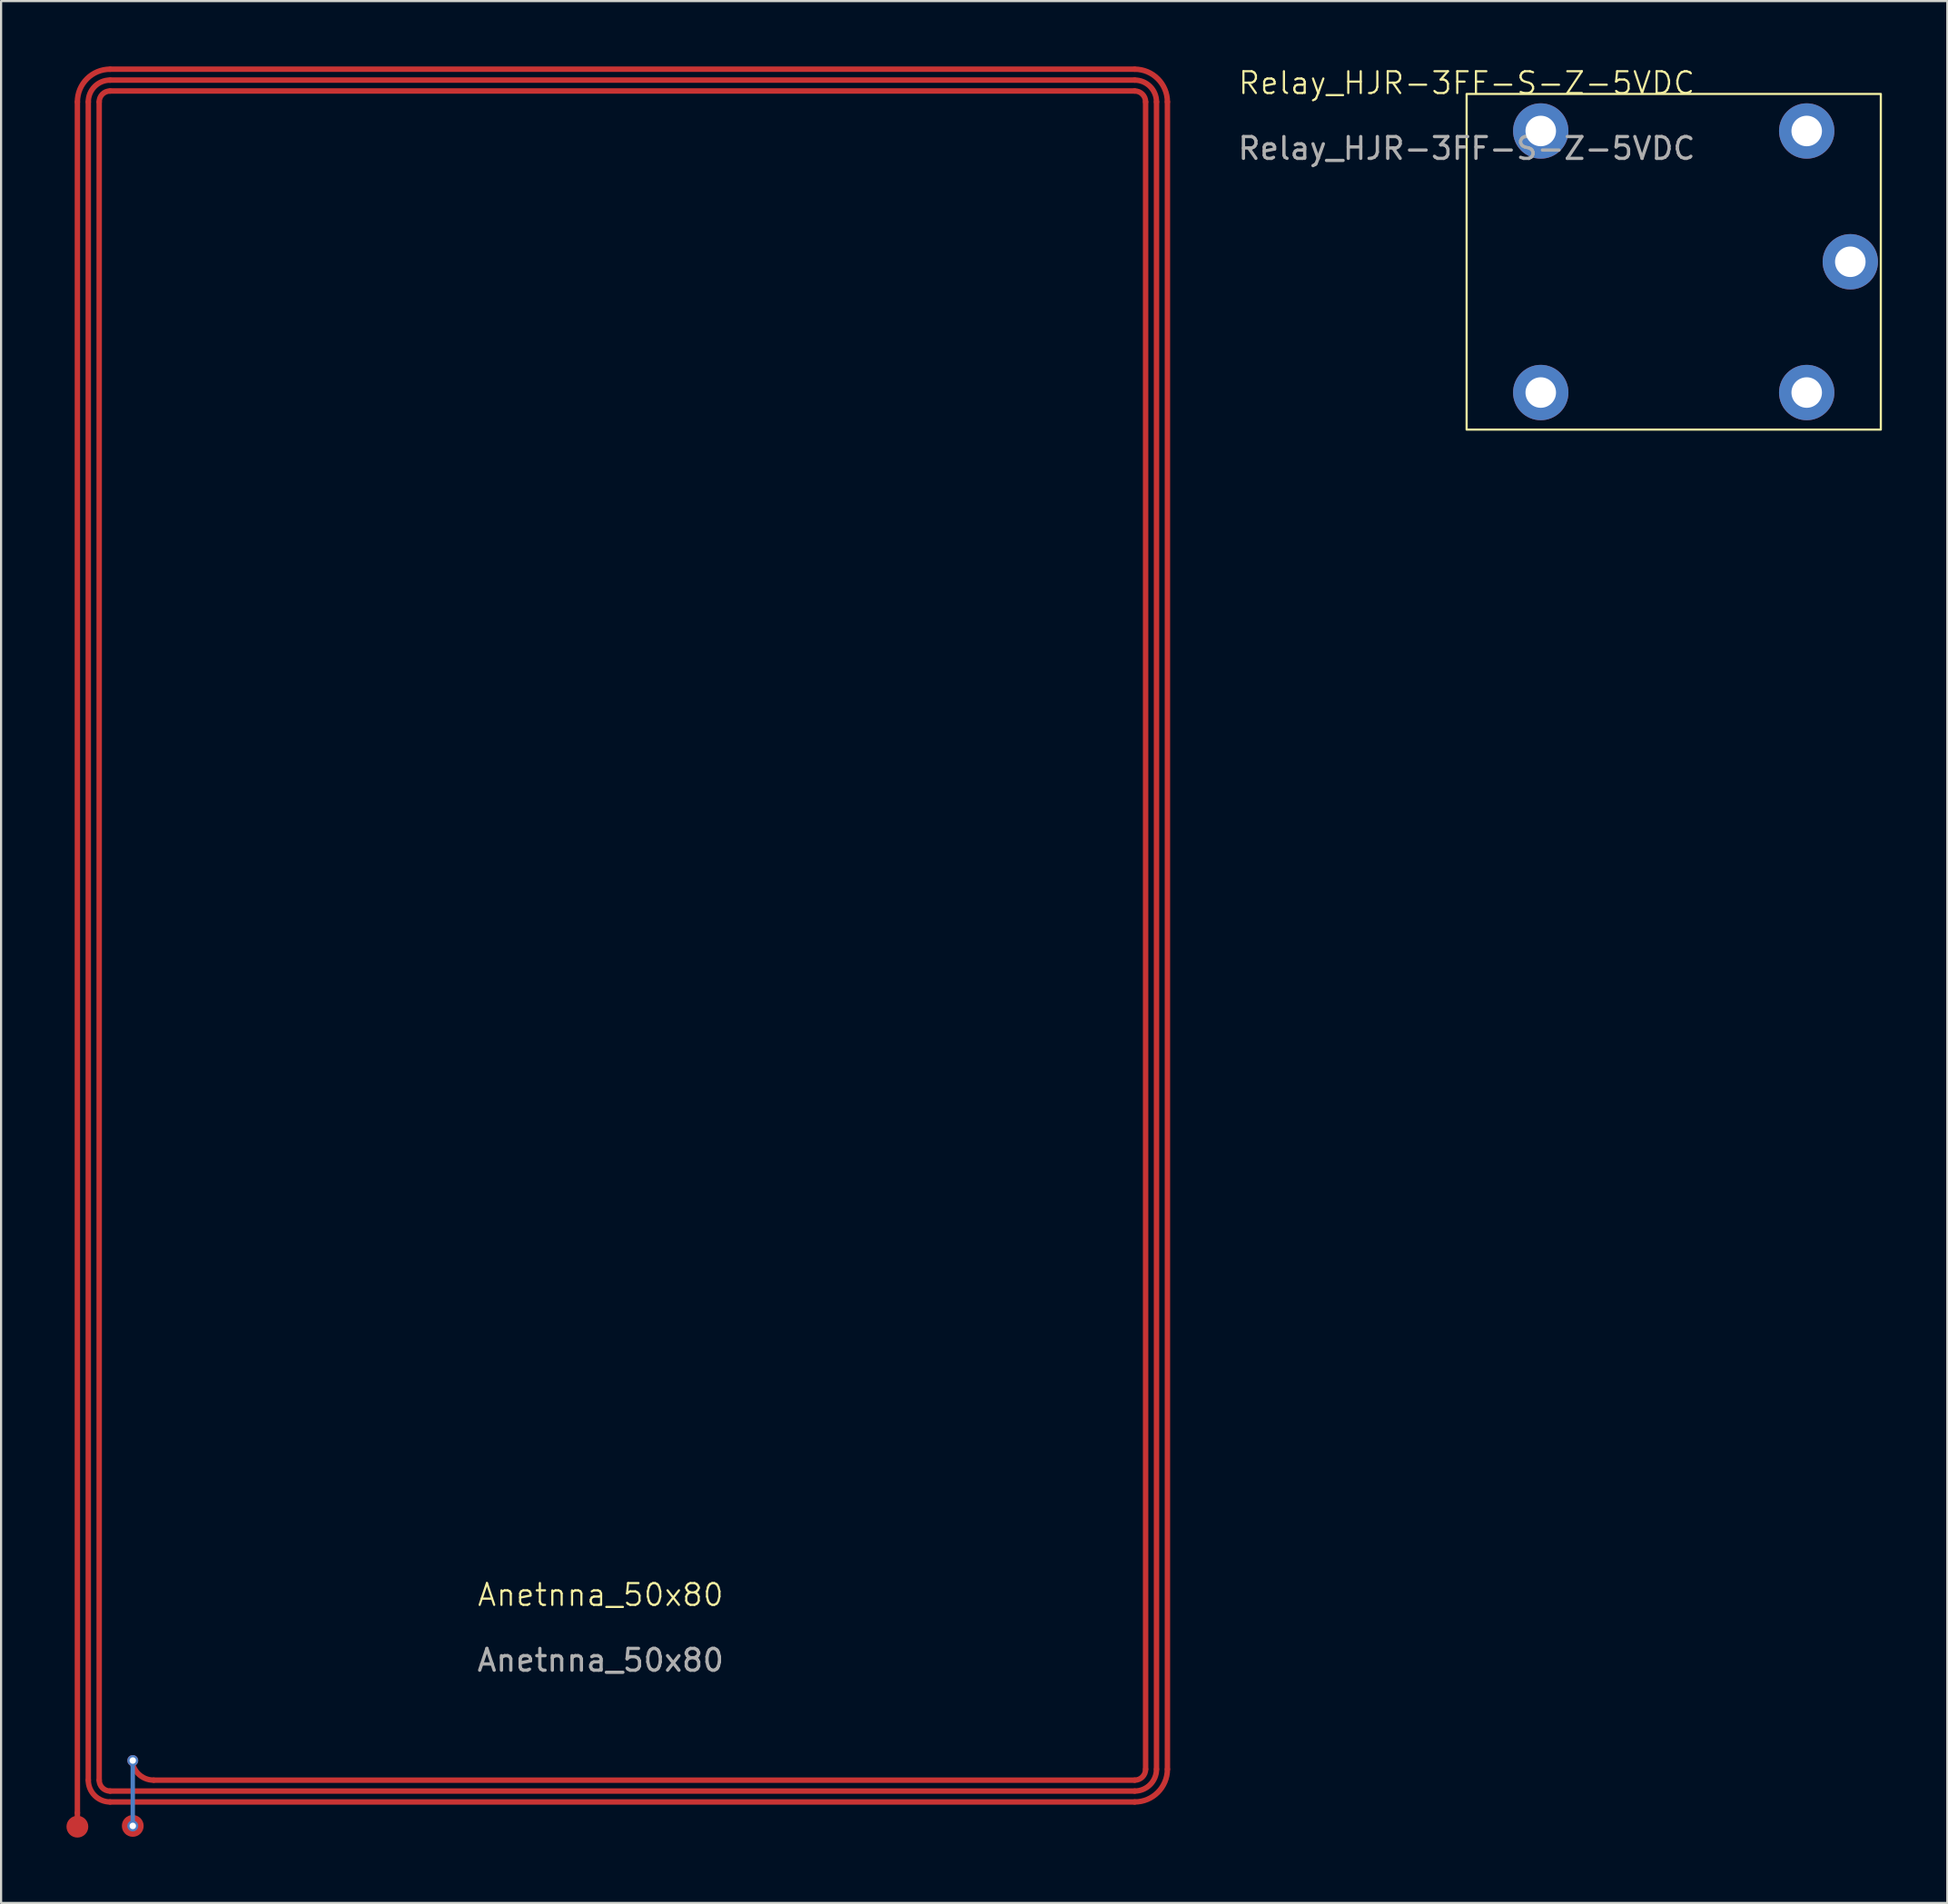
<source format=kicad_pcb>
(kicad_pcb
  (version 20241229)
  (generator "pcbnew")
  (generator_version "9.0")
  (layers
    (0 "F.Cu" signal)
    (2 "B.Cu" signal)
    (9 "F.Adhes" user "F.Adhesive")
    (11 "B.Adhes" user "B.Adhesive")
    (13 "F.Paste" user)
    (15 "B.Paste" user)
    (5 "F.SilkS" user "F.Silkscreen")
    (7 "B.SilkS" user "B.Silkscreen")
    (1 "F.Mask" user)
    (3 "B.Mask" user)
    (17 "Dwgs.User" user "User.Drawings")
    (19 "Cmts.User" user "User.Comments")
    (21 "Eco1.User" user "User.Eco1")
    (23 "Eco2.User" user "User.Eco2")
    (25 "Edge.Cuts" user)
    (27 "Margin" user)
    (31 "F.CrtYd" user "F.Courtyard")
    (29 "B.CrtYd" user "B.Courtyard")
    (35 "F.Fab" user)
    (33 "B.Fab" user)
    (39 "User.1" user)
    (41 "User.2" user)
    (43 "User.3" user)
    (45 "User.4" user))
  (footprint "Relay_HJR-3FF-S-Z-5VDC"
    (layer "F.Cu")
    (at 64.226 1.26)
    (property "Reference" "Relay_HJR-3FF-S-Z-5VDC" (at 0 -0.5 0) (unlocked yes) (layer "F.SilkS") (effects (font (size 1 1) (thickness 0.1))))
    (attr board_only exclude_from_pos_files exclude_from_bom)
    (fp_rect (start 0 0) (end 19 15.4) (stroke (width 0.1) (type solid)) (fill no) (layer "F.SilkS"))
    (fp_text user "${REFERENCE}" (at 0 2.5 0) (unlocked yes) (layer "F.Fab") (effects (font (size 1 1) (thickness 0.15))))
    (pad "1" thru_hole circle (at 15.6 1.7) (size 2.54 2.54) (drill 1.4) (layers "*.Cu" "*.Mask"))
    (pad "2" thru_hole circle (at 15.6 13.7) (size 2.54 2.54) (drill 1.4) (layers "*.Cu" "*.Mask"))
    (pad "3" thru_hole circle (at 17.6 7.7) (size 2.54 2.54) (drill 1.4) (layers "*.Cu" "*.Mask"))
    (pad "4" thru_hole circle (at 3.4 13.7) (size 2.54 2.54) (drill 1.4) (layers "*.Cu" "*.Mask"))
    (pad "5" thru_hole circle (at 3.4 1.7) (size 2.54 2.54) (drill 1.4) (layers "*.Cu" "*.Mask")))
  (footprint "Anetnna_50x80"
    (layer "F.Cu")
    (at 0.5 80.125)
    (property "Reference" "Anetnna_50x80" (at 24 -10 0) (unlocked yes) (layer "F.SilkS") (effects (font (size 1 1) (thickness 0.1))))
    (attr smd)
    (fp_line (start 0 0) (end 0 -78.5) (stroke (width 0.25) (type solid)) (layer "F.Cu"))
    (fp_line (start 0 0) (end 0 0.6) (stroke (width 0.25) (type solid)) (layer "F.Cu"))
    (fp_line (start 0.5 -1.5) (end 0.5 -78.5) (stroke (width 0.25) (type solid)) (layer "F.Cu"))
    (fp_line (start 1 -1.5) (end 1 -78.5) (stroke (width 0.25) (type solid)) (layer "F.Cu"))
    (fp_line (start 1.5 -80) (end 48.5 -80) (stroke (width 0.25) (type solid)) (layer "F.Cu"))
    (fp_line (start 1.5 -79.5) (end 48.5 -79.5) (stroke (width 0.25) (type solid)) (layer "F.Cu"))
    (fp_line (start 1.5 -79) (end 48.5 -79) (stroke (width 0.25) (type solid)) (layer "F.Cu"))
    (fp_line (start 48.5 -1.5) (end 3.5 -1.5) (stroke (width 0.25) (type solid)) (layer "F.Cu"))
    (fp_line (start 48.5 -1) (end 1.5 -1) (stroke (width 0.25) (type solid)) (layer "F.Cu"))
    (fp_line (start 48.5 -0.5) (end 1.5 -0.5) (stroke (width 0.25) (type solid)) (layer "F.Cu"))
    (fp_line (start 49 -78.5) (end 49 -2) (stroke (width 0.25) (type solid)) (layer "F.Cu"))
    (fp_line (start 49.5 -78.5) (end 49.5 -2) (stroke (width 0.25) (type solid)) (layer "F.Cu"))
    (fp_line (start 50 -78.5) (end 50 -2) (stroke (width 0.25) (type solid)) (layer "F.Cu"))
    (fp_arc (start 0 -78.5) (mid 0.43934 -79.56066) (end 1.5 -80) (stroke (width 0.25) (type solid)) (layer "F.Cu"))
    (fp_arc (start 0.5 -78.5) (mid 0.792893 -79.207107) (end 1.5 -79.5) (stroke (width 0.25) (type solid)) (layer "F.Cu"))
    (fp_arc (start 1 -78.5) (mid 1.146447 -78.853553) (end 1.5 -79) (stroke (width 0.25) (type solid)) (layer "F.Cu"))
    (fp_arc (start 1.5 -1) (mid 1.146447 -1.146447) (end 1 -1.5) (stroke (width 0.25) (type solid)) (layer "F.Cu"))
    (fp_arc (start 1.5 -0.5) (mid 0.792893 -0.792893) (end 0.5 -1.5) (stroke (width 0.25) (type solid)) (layer "F.Cu"))
    (fp_arc (start 3.5 -1.5) (mid 2.792893 -1.792893) (end 2.5 -2.5) (stroke (width 0.25) (type solid)) (layer "F.Cu"))
    (fp_arc (start 48.5 -80) (mid 49.56066 -79.56066) (end 50 -78.5) (stroke (width 0.25) (type solid)) (layer "F.Cu"))
    (fp_arc (start 48.5 -79.5) (mid 49.207107 -79.207107) (end 49.5 -78.5) (stroke (width 0.25) (type solid)) (layer "F.Cu"))
    (fp_arc (start 48.5 -79) (mid 48.853553 -78.853553) (end 49 -78.5) (stroke (width 0.25) (type solid)) (layer "F.Cu"))
    (fp_arc (start 49 -2) (mid 48.853553 -1.646447) (end 48.5 -1.5) (stroke (width 0.25) (type solid)) (layer "F.Cu"))
    (fp_arc (start 49.5 -2) (mid 49.207107 -1.292893) (end 48.5 -1) (stroke (width 0.25) (type solid)) (layer "F.Cu"))
    (fp_arc (start 50 -2) (mid 49.56066 -0.93934) (end 48.5 -0.5) (stroke (width 0.25) (type solid)) (layer "F.Cu"))
    (fp_line (start 2.54 -2.4) (end 2.54 0.6) (stroke (width 0.2) (type default)) (layer "B.Cu"))
    (fp_text user "${REFERENCE}" (at 24 -7 0) (unlocked yes) (layer "F.Fab") (effects (font (size 1 1) (thickness 0.15))))
    (pad "1" smd circle (at 0 0.635) (size 1 1) (layers "F.Cu"))
    (pad "2" thru_hole circle (at 2.54 -2.4) (size 0.5 0.5) (drill 0.3) (layers "*.Cu" "*.Mask"))
    (pad "2" thru_hole circle (at 2.54 0.6) (size 0.5 0.5) (drill 0.3) (layers "*.Cu" "*.Mask"))
    (pad "2" smd circle (at 2.54 0.6) (size 1 1) (layers "F.Cu")))
  (gr_rect
    (start -3 -3)
    (end 86.276 84.26)
    (stroke (width 0.1) (type default))
    (fill no)
    (layer "Edge.Cuts")))
</source>
